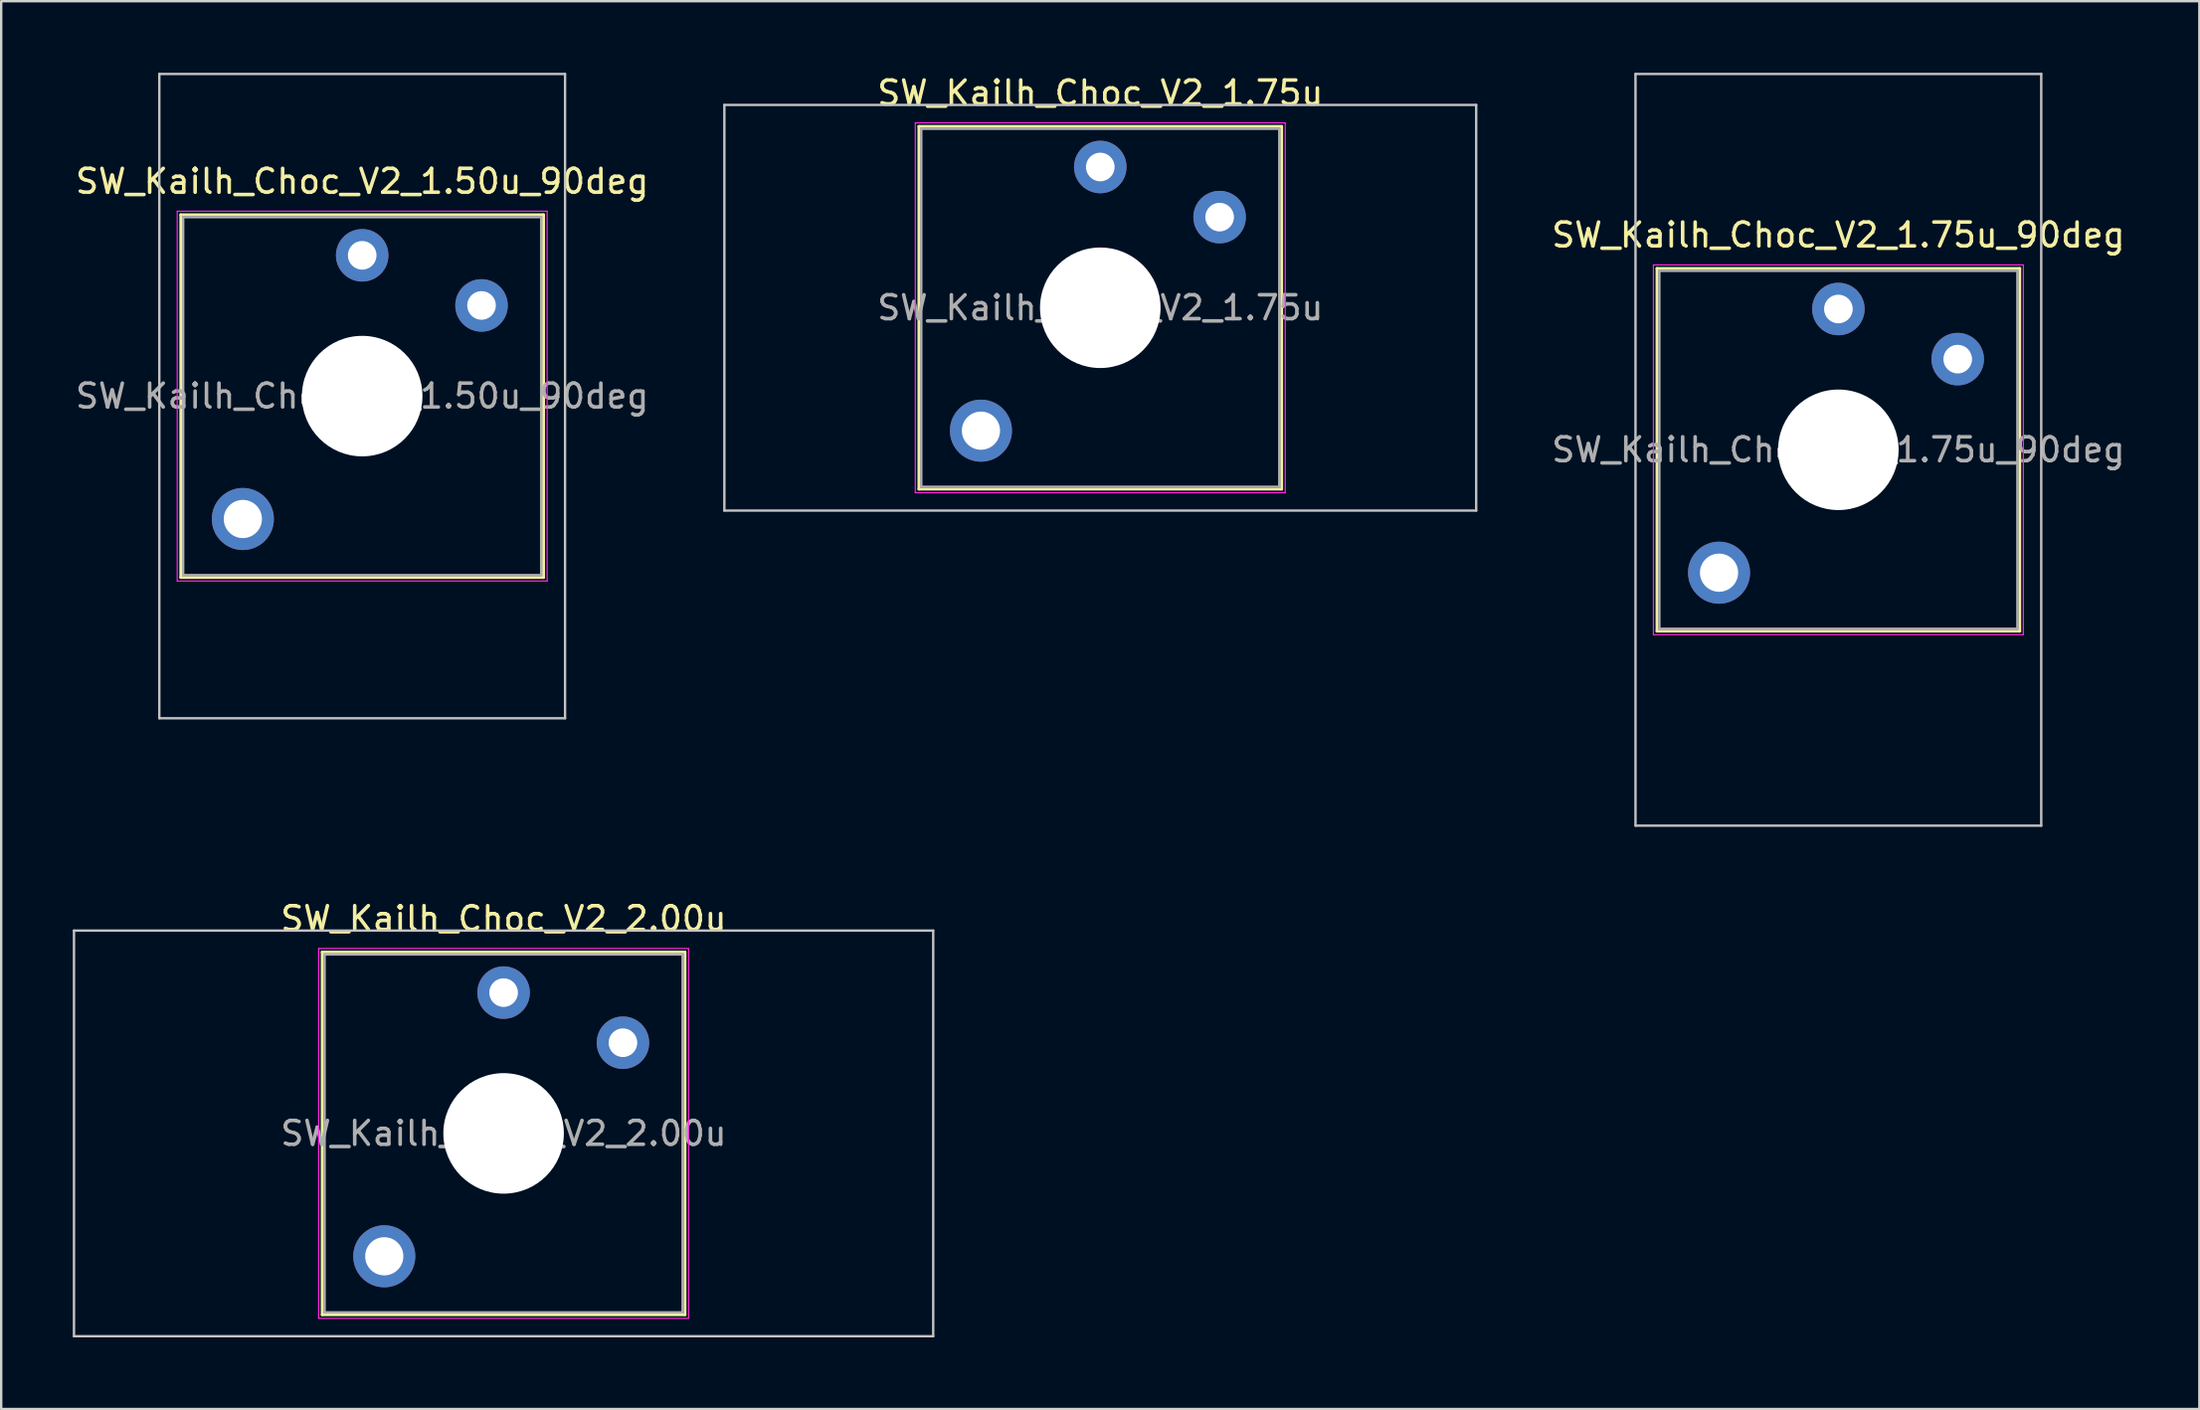
<source format=kicad_pcb>
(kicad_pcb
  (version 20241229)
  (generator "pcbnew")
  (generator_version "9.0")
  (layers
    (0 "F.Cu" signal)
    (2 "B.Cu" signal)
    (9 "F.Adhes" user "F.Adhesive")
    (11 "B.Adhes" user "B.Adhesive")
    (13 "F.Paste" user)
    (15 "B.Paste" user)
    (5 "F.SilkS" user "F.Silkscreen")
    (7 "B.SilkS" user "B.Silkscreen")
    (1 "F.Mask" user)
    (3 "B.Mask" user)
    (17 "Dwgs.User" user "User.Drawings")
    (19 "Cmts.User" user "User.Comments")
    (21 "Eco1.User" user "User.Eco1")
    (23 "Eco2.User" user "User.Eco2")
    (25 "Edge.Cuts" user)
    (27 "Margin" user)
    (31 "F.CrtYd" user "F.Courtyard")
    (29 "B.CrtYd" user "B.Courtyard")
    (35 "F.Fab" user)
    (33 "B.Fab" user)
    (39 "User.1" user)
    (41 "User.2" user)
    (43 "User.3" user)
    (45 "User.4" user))
  (footprint "SW_Kailh_Choc_V2_1.75u_90deg"
    (layer "F.Cu")
    (at 73.975 15.8)
    (property "Reference" "SW_Kailh_Choc_V2_1.75u_90deg" (at 0 -9 0) (layer "F.SilkS") (effects (font (size 1 1) (thickness 0.15))))
    (attr through_hole)
    (fp_line (start -7.6 -7.6) (end -7.6 7.6) (stroke (width 0.12) (type solid)) (layer "F.SilkS"))
    (fp_line (start -7.6 7.6) (end 7.6 7.6) (stroke (width 0.12) (type solid)) (layer "F.SilkS"))
    (fp_line (start 7.6 -7.6) (end -7.6 -7.6) (stroke (width 0.12) (type solid)) (layer "F.SilkS"))
    (fp_line (start 7.6 7.6) (end 7.6 -7.6) (stroke (width 0.12) (type solid)) (layer "F.SilkS"))
    (fp_line (start -8.5 -15.75) (end 8.5 -15.75) (stroke (width 0.1) (type solid)) (layer "Dwgs.User"))
    (fp_line (start -8.5 15.75) (end -8.5 -15.75) (stroke (width 0.1) (type solid)) (layer "Dwgs.User"))
    (fp_line (start 8.5 -15.75) (end 8.5 15.75) (stroke (width 0.1) (type solid)) (layer "Dwgs.User"))
    (fp_line (start 8.5 15.75) (end -8.5 15.75) (stroke (width 0.1) (type solid)) (layer "Dwgs.User"))
    (fp_line (start -7.25 -7.25) (end -7.25 7.25) (stroke (width 0.1) (type solid)) (layer "Eco1.User"))
    (fp_line (start -7.25 7.25) (end 7.25 7.25) (stroke (width 0.1) (type solid)) (layer "Eco1.User"))
    (fp_line (start 7.25 -7.25) (end -7.25 -7.25) (stroke (width 0.1) (type solid)) (layer "Eco1.User"))
    (fp_line (start 7.25 7.25) (end 7.25 -7.25) (stroke (width 0.1) (type solid)) (layer "Eco1.User"))
    (fp_line (start -7.75 -7.75) (end -7.75 7.75) (stroke (width 0.05) (type solid)) (layer "F.CrtYd"))
    (fp_line (start -7.75 7.75) (end 7.75 7.75) (stroke (width 0.05) (type solid)) (layer "F.CrtYd"))
    (fp_line (start 7.75 -7.75) (end -7.75 -7.75) (stroke (width 0.05) (type solid)) (layer "F.CrtYd"))
    (fp_line (start 7.75 7.75) (end 7.75 -7.75) (stroke (width 0.05) (type solid)) (layer "F.CrtYd"))
    (fp_line (start -7.5 -7.5) (end -7.5 7.5) (stroke (width 0.1) (type solid)) (layer "F.Fab"))
    (fp_line (start -7.5 7.5) (end 7.5 7.5) (stroke (width 0.1) (type solid)) (layer "F.Fab"))
    (fp_line (start 7.5 -7.5) (end -7.5 -7.5) (stroke (width 0.1) (type solid)) (layer "F.Fab"))
    (fp_line (start 7.5 7.5) (end 7.5 -7.5) (stroke (width 0.1) (type solid)) (layer "F.Fab"))
    (fp_text user "${REFERENCE}" (at 0 0 0) (layer "F.Fab") (effects (font (size 1 1) (thickness 0.15))))
    (pad "" smd circle (at -5 5.15) (size 1.65 1.65) (layers "F.Mask"))
    (pad "" thru_hole circle (at -5 5.15) (size 2.6 2.6) (drill 1.6) (layers "*.Cu" "B.Mask"))
    (pad "" smd circle (at 0 -5.9) (size 1.25 1.25) (layers "F.Mask"))
    (pad "" np_thru_hole circle (at 0 0) (size 5.05 5.05) (drill 5.05) (layers "*.Cu" "*.Mask"))
    (pad "" smd circle (at 5 -3.8) (size 1.25 1.25) (layers "F.Mask"))
    (pad "1" thru_hole circle (at 0 -5.9) (size 2.2 2.2) (drill 1.2) (layers "*.Cu" "B.Mask"))
    (pad "2" thru_hole circle (at 5 -3.8) (size 2.2 2.2) (drill 1.2) (layers "*.Cu" "B.Mask")))
  (footprint "SW_Kailh_Choc_V2_1.75u"
    (layer "F.Cu")
    (at 43.05 9.848)
    (property "Reference" "SW_Kailh_Choc_V2_1.75u" (at 0 -9 0) (layer "F.SilkS") (effects (font (size 1 1) (thickness 0.15))))
    (attr through_hole)
    (fp_line (start -7.6 -7.6) (end -7.6 7.6) (stroke (width 0.12) (type solid)) (layer "F.SilkS"))
    (fp_line (start -7.6 7.6) (end 7.6 7.6) (stroke (width 0.12) (type solid)) (layer "F.SilkS"))
    (fp_line (start 7.6 -7.6) (end -7.6 -7.6) (stroke (width 0.12) (type solid)) (layer "F.SilkS"))
    (fp_line (start 7.6 7.6) (end 7.6 -7.6) (stroke (width 0.12) (type solid)) (layer "F.SilkS"))
    (fp_line (start -15.75 -8.5) (end -15.75 8.5) (stroke (width 0.1) (type solid)) (layer "Dwgs.User"))
    (fp_line (start -15.75 8.5) (end 15.75 8.5) (stroke (width 0.1) (type solid)) (layer "Dwgs.User"))
    (fp_line (start 15.75 -8.5) (end -15.75 -8.5) (stroke (width 0.1) (type solid)) (layer "Dwgs.User"))
    (fp_line (start 15.75 8.5) (end 15.75 -8.5) (stroke (width 0.1) (type solid)) (layer "Dwgs.User"))
    (fp_line (start -7.25 -7.25) (end -7.25 7.25) (stroke (width 0.1) (type solid)) (layer "Eco1.User"))
    (fp_line (start -7.25 7.25) (end 7.25 7.25) (stroke (width 0.1) (type solid)) (layer "Eco1.User"))
    (fp_line (start 7.25 -7.25) (end -7.25 -7.25) (stroke (width 0.1) (type solid)) (layer "Eco1.User"))
    (fp_line (start 7.25 7.25) (end 7.25 -7.25) (stroke (width 0.1) (type solid)) (layer "Eco1.User"))
    (fp_line (start -7.75 -7.75) (end -7.75 7.75) (stroke (width 0.05) (type solid)) (layer "F.CrtYd"))
    (fp_line (start -7.75 7.75) (end 7.75 7.75) (stroke (width 0.05) (type solid)) (layer "F.CrtYd"))
    (fp_line (start 7.75 -7.75) (end -7.75 -7.75) (stroke (width 0.05) (type solid)) (layer "F.CrtYd"))
    (fp_line (start 7.75 7.75) (end 7.75 -7.75) (stroke (width 0.05) (type solid)) (layer "F.CrtYd"))
    (fp_line (start -7.5 -7.5) (end -7.5 7.5) (stroke (width 0.1) (type solid)) (layer "F.Fab"))
    (fp_line (start -7.5 7.5) (end 7.5 7.5) (stroke (width 0.1) (type solid)) (layer "F.Fab"))
    (fp_line (start 7.5 -7.5) (end -7.5 -7.5) (stroke (width 0.1) (type solid)) (layer "F.Fab"))
    (fp_line (start 7.5 7.5) (end 7.5 -7.5) (stroke (width 0.1) (type solid)) (layer "F.Fab"))
    (fp_text user "${REFERENCE}" (at 0 0 0) (layer "F.Fab") (effects (font (size 1 1) (thickness 0.15))))
    (pad "" smd circle (at -5 5.15) (size 1.65 1.65) (layers "F.Mask"))
    (pad "" thru_hole circle (at -5 5.15) (size 2.6 2.6) (drill 1.6) (layers "*.Cu" "B.Mask"))
    (pad "" smd circle (at 0 -5.9) (size 1.25 1.25) (layers "F.Mask"))
    (pad "" np_thru_hole circle (at 0 0) (size 5.05 5.05) (drill 5.05) (layers "*.Cu" "*.Mask"))
    (pad "" smd circle (at 5 -3.8) (size 1.25 1.25) (layers "F.Mask"))
    (pad "1" thru_hole circle (at 0 -5.9) (size 2.2 2.2) (drill 1.2) (layers "*.Cu" "B.Mask"))
    (pad "2" thru_hole circle (at 5 -3.8) (size 2.2 2.2) (drill 1.2) (layers "*.Cu" "B.Mask")))
  (footprint "SW_Kailh_Choc_V2_2.00u"
    (layer "F.Cu")
    (at 18.05 44.448)
    (property "Reference" "SW_Kailh_Choc_V2_2.00u" (at 0 -9 0) (layer "F.SilkS") (effects (font (size 1 1) (thickness 0.15))))
    (attr through_hole)
    (fp_line (start -7.6 -7.6) (end -7.6 7.6) (stroke (width 0.12) (type solid)) (layer "F.SilkS"))
    (fp_line (start -7.6 7.6) (end 7.6 7.6) (stroke (width 0.12) (type solid)) (layer "F.SilkS"))
    (fp_line (start 7.6 -7.6) (end -7.6 -7.6) (stroke (width 0.12) (type solid)) (layer "F.SilkS"))
    (fp_line (start 7.6 7.6) (end 7.6 -7.6) (stroke (width 0.12) (type solid)) (layer "F.SilkS"))
    (fp_line (start -18 -8.5) (end -18 8.5) (stroke (width 0.1) (type solid)) (layer "Dwgs.User"))
    (fp_line (start -18 8.5) (end 18 8.5) (stroke (width 0.1) (type solid)) (layer "Dwgs.User"))
    (fp_line (start 18 -8.5) (end -18 -8.5) (stroke (width 0.1) (type solid)) (layer "Dwgs.User"))
    (fp_line (start 18 8.5) (end 18 -8.5) (stroke (width 0.1) (type solid)) (layer "Dwgs.User"))
    (fp_line (start -7.25 -7.25) (end -7.25 7.25) (stroke (width 0.1) (type solid)) (layer "Eco1.User"))
    (fp_line (start -7.25 7.25) (end 7.25 7.25) (stroke (width 0.1) (type solid)) (layer "Eco1.User"))
    (fp_line (start 7.25 -7.25) (end -7.25 -7.25) (stroke (width 0.1) (type solid)) (layer "Eco1.User"))
    (fp_line (start 7.25 7.25) (end 7.25 -7.25) (stroke (width 0.1) (type solid)) (layer "Eco1.User"))
    (fp_line (start -7.75 -7.75) (end -7.75 7.75) (stroke (width 0.05) (type solid)) (layer "F.CrtYd"))
    (fp_line (start -7.75 7.75) (end 7.75 7.75) (stroke (width 0.05) (type solid)) (layer "F.CrtYd"))
    (fp_line (start 7.75 -7.75) (end -7.75 -7.75) (stroke (width 0.05) (type solid)) (layer "F.CrtYd"))
    (fp_line (start 7.75 7.75) (end 7.75 -7.75) (stroke (width 0.05) (type solid)) (layer "F.CrtYd"))
    (fp_line (start -7.5 -7.5) (end -7.5 7.5) (stroke (width 0.1) (type solid)) (layer "F.Fab"))
    (fp_line (start -7.5 7.5) (end 7.5 7.5) (stroke (width 0.1) (type solid)) (layer "F.Fab"))
    (fp_line (start 7.5 -7.5) (end -7.5 -7.5) (stroke (width 0.1) (type solid)) (layer "F.Fab"))
    (fp_line (start 7.5 7.5) (end 7.5 -7.5) (stroke (width 0.1) (type solid)) (layer "F.Fab"))
    (fp_text user "${REFERENCE}" (at 0 0 0) (layer "F.Fab") (effects (font (size 1 1) (thickness 0.15))))
    (pad "" smd circle (at -5 5.15) (size 1.65 1.65) (layers "F.Mask"))
    (pad "" thru_hole circle (at -5 5.15) (size 2.6 2.6) (drill 1.6) (layers "*.Cu" "B.Mask"))
    (pad "" smd circle (at 0 -5.9) (size 1.25 1.25) (layers "F.Mask"))
    (pad "" np_thru_hole circle (at 0 0) (size 5.05 5.05) (drill 5.05) (layers "*.Cu" "*.Mask"))
    (pad "" smd circle (at 5 -3.8) (size 1.25 1.25) (layers "F.Mask"))
    (pad "1" thru_hole circle (at 0 -5.9) (size 2.2 2.2) (drill 1.2) (layers "*.Cu" "B.Mask"))
    (pad "2" thru_hole circle (at 5 -3.8) (size 2.2 2.2) (drill 1.2) (layers "*.Cu" "B.Mask")))
  (footprint "SW_Kailh_Choc_V2_1.50u_90deg"
    (layer "F.Cu")
    (at 12.125 13.55)
    (property "Reference" "SW_Kailh_Choc_V2_1.50u_90deg" (at 0 -9 0) (layer "F.SilkS") (effects (font (size 1 1) (thickness 0.15))))
    (attr through_hole)
    (fp_line (start -7.6 -7.6) (end -7.6 7.6) (stroke (width 0.12) (type solid)) (layer "F.SilkS"))
    (fp_line (start -7.6 7.6) (end 7.6 7.6) (stroke (width 0.12) (type solid)) (layer "F.SilkS"))
    (fp_line (start 7.6 -7.6) (end -7.6 -7.6) (stroke (width 0.12) (type solid)) (layer "F.SilkS"))
    (fp_line (start 7.6 7.6) (end 7.6 -7.6) (stroke (width 0.12) (type solid)) (layer "F.SilkS"))
    (fp_line (start -8.5 -13.5) (end 8.5 -13.5) (stroke (width 0.1) (type solid)) (layer "Dwgs.User"))
    (fp_line (start -8.5 13.5) (end -8.5 -13.5) (stroke (width 0.1) (type solid)) (layer "Dwgs.User"))
    (fp_line (start 8.5 -13.5) (end 8.5 13.5) (stroke (width 0.1) (type solid)) (layer "Dwgs.User"))
    (fp_line (start 8.5 13.5) (end -8.5 13.5) (stroke (width 0.1) (type solid)) (layer "Dwgs.User"))
    (fp_line (start -7.25 -7.25) (end -7.25 7.25) (stroke (width 0.1) (type solid)) (layer "Eco1.User"))
    (fp_line (start -7.25 7.25) (end 7.25 7.25) (stroke (width 0.1) (type solid)) (layer "Eco1.User"))
    (fp_line (start 7.25 -7.25) (end -7.25 -7.25) (stroke (width 0.1) (type solid)) (layer "Eco1.User"))
    (fp_line (start 7.25 7.25) (end 7.25 -7.25) (stroke (width 0.1) (type solid)) (layer "Eco1.User"))
    (fp_line (start -7.75 -7.75) (end -7.75 7.75) (stroke (width 0.05) (type solid)) (layer "F.CrtYd"))
    (fp_line (start -7.75 7.75) (end 7.75 7.75) (stroke (width 0.05) (type solid)) (layer "F.CrtYd"))
    (fp_line (start 7.75 -7.75) (end -7.75 -7.75) (stroke (width 0.05) (type solid)) (layer "F.CrtYd"))
    (fp_line (start 7.75 7.75) (end 7.75 -7.75) (stroke (width 0.05) (type solid)) (layer "F.CrtYd"))
    (fp_line (start -7.5 -7.5) (end -7.5 7.5) (stroke (width 0.1) (type solid)) (layer "F.Fab"))
    (fp_line (start -7.5 7.5) (end 7.5 7.5) (stroke (width 0.1) (type solid)) (layer "F.Fab"))
    (fp_line (start 7.5 -7.5) (end -7.5 -7.5) (stroke (width 0.1) (type solid)) (layer "F.Fab"))
    (fp_line (start 7.5 7.5) (end 7.5 -7.5) (stroke (width 0.1) (type solid)) (layer "F.Fab"))
    (fp_text user "${REFERENCE}" (at 0 0 0) (layer "F.Fab") (effects (font (size 1 1) (thickness 0.15))))
    (pad "" smd circle (at -5 5.15) (size 1.65 1.65) (layers "F.Mask"))
    (pad "" thru_hole circle (at -5 5.15) (size 2.6 2.6) (drill 1.6) (layers "*.Cu" "B.Mask"))
    (pad "" smd circle (at 0 -5.9) (size 1.25 1.25) (layers "F.Mask"))
    (pad "" np_thru_hole circle (at 0 0) (size 5.05 5.05) (drill 5.05) (layers "*.Cu" "*.Mask"))
    (pad "" smd circle (at 5 -3.8) (size 1.25 1.25) (layers "F.Mask"))
    (pad "1" thru_hole circle (at 0 -5.9) (size 2.2 2.2) (drill 1.2) (layers "*.Cu" "B.Mask"))
    (pad "2" thru_hole circle (at 5 -3.8) (size 2.2 2.2) (drill 1.2) (layers "*.Cu" "B.Mask")))
  (gr_rect
    (start -3 -3)
    (end 89.1 55.998)
    (stroke (width 0.1) (type default))
    (fill no)
    (layer "Edge.Cuts")))
</source>
